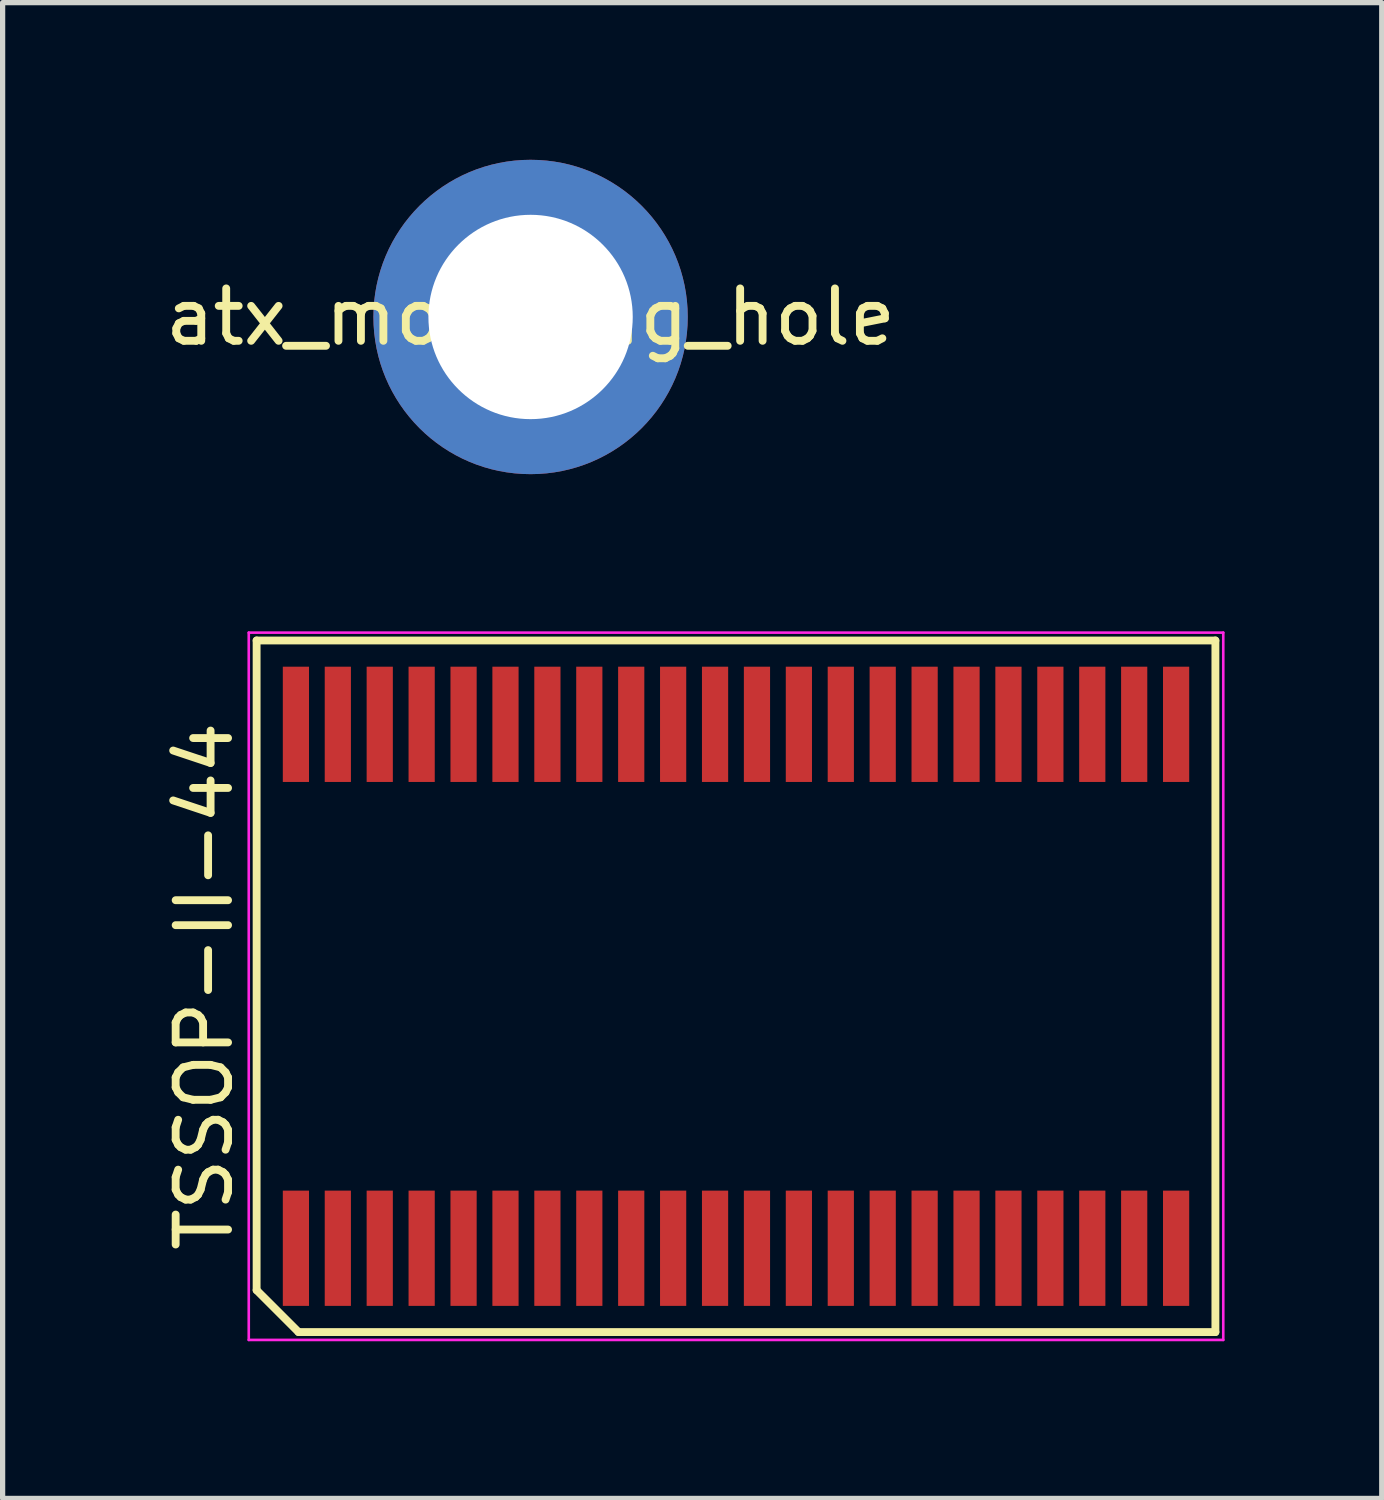
<source format=kicad_pcb>
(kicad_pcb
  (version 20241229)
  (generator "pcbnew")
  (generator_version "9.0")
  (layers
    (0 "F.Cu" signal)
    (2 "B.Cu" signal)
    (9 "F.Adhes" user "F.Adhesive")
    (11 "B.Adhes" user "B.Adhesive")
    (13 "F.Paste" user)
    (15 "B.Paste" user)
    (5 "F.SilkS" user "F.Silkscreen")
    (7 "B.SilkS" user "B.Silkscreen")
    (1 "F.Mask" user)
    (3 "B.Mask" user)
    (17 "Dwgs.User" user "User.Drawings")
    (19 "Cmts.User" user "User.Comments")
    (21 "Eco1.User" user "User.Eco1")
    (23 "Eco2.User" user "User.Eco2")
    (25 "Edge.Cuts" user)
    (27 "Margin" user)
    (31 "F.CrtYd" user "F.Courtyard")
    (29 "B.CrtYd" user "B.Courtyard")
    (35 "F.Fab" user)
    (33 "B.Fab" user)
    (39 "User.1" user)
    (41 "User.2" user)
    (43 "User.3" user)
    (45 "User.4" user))
  (footprint "atx_mounting_hole"
    (layer "F.Cu")
    (at 7.077 3)
    (property "Reference" "atx_mounting_hole" (at 0 0 0) (layer "F.SilkS") (effects (font (size 1 1) (thickness 0.15))))
    (attr through_hole)
    (pad "1" thru_hole circle (at 0 0) (size 6 6) (drill 3.9) (layers "*.Cu" "*.Mask")))
  (footprint "TSSOP-II-44"
    (layer "F.Cu")
    (at 10.998 15.775)
    (property "Reference" "TSSOP-II-44" (at -10.15 0 90) (layer "F.SilkS") (effects (font (size 1 1) (thickness 0.15))))
    (attr smd)
    (fp_line (start -9.15 -6.6) (end 9.15 -6.6) (stroke (width 0.15) (type solid)) (layer "F.SilkS"))
    (fp_line (start -9.15 5.8) (end -9.15 -6.6) (stroke (width 0.15) (type solid)) (layer "F.SilkS"))
    (fp_line (start -8.35 6.6) (end -9.15 5.8) (stroke (width 0.15) (type solid)) (layer "F.SilkS"))
    (fp_line (start 9.15 -6.6) (end 9.15 6.6) (stroke (width 0.15) (type solid)) (layer "F.SilkS"))
    (fp_line (start 9.15 6.6) (end -8.35 6.6) (stroke (width 0.15) (type solid)) (layer "F.SilkS"))
    (fp_line (start -9.3 -6.75) (end 9.3 -6.75) (stroke (width 0.05) (type solid)) (layer "F.CrtYd"))
    (fp_line (start -9.3 6.75) (end -9.3 -6.75) (stroke (width 0.05) (type solid)) (layer "F.CrtYd"))
    (fp_line (start 9.3 -6.75) (end 9.3 6.75) (stroke (width 0.05) (type solid)) (layer "F.CrtYd"))
    (fp_line (start 9.3 6.75) (end -9.3 6.75) (stroke (width 0.05) (type solid)) (layer "F.CrtYd"))
    (pad "1" smd rect (at -8.4 5) (size 0.5 2.2) (layers "F.Cu" "F.Mask" "F.Paste"))
    (pad "2" smd rect (at -7.6 5) (size 0.5 2.2) (layers "F.Cu" "F.Mask" "F.Paste"))
    (pad "3" smd rect (at -6.8 5) (size 0.5 2.2) (layers "F.Cu" "F.Mask" "F.Paste"))
    (pad "4" smd rect (at -6 5) (size 0.5 2.2) (layers "F.Cu" "F.Mask" "F.Paste"))
    (pad "5" smd rect (at -5.2 5) (size 0.5 2.2) (layers "F.Cu" "F.Mask" "F.Paste"))
    (pad "6" smd rect (at -4.4 5) (size 0.5 2.2) (layers "F.Cu" "F.Mask" "F.Paste"))
    (pad "7" smd rect (at -3.6 5) (size 0.5 2.2) (layers "F.Cu" "F.Mask" "F.Paste"))
    (pad "8" smd rect (at -2.8 5) (size 0.5 2.2) (layers "F.Cu" "F.Mask" "F.Paste"))
    (pad "9" smd rect (at -2 5) (size 0.5 2.2) (layers "F.Cu" "F.Mask" "F.Paste"))
    (pad "10" smd rect (at -1.2 5) (size 0.5 2.2) (layers "F.Cu" "F.Mask" "F.Paste"))
    (pad "11" smd rect (at -0.4 5) (size 0.5 2.2) (layers "F.Cu" "F.Mask" "F.Paste"))
    (pad "12" smd rect (at 0.4 5) (size 0.5 2.2) (layers "F.Cu" "F.Mask" "F.Paste"))
    (pad "13" smd rect (at 1.2 5) (size 0.5 2.2) (layers "F.Cu" "F.Mask" "F.Paste"))
    (pad "14" smd rect (at 2 5) (size 0.5 2.2) (layers "F.Cu" "F.Mask" "F.Paste"))
    (pad "15" smd rect (at 2.8 5) (size 0.5 2.2) (layers "F.Cu" "F.Mask" "F.Paste"))
    (pad "16" smd rect (at 3.6 5) (size 0.5 2.2) (layers "F.Cu" "F.Mask" "F.Paste"))
    (pad "17" smd rect (at 4.4 5) (size 0.5 2.2) (layers "F.Cu" "F.Mask" "F.Paste"))
    (pad "18" smd rect (at 5.2 5) (size 0.5 2.2) (layers "F.Cu" "F.Mask" "F.Paste"))
    (pad "19" smd rect (at 6 5) (size 0.5 2.2) (layers "F.Cu" "F.Mask" "F.Paste"))
    (pad "20" smd rect (at 6.8 5) (size 0.5 2.2) (layers "F.Cu" "F.Mask" "F.Paste"))
    (pad "21" smd rect (at 7.6 5) (size 0.5 2.2) (layers "F.Cu" "F.Mask" "F.Paste"))
    (pad "22" smd rect (at 8.4 5) (size 0.5 2.2) (layers "F.Cu" "F.Mask" "F.Paste"))
    (pad "23" smd rect (at 8.4 -5) (size 0.5 2.2) (layers "F.Cu" "F.Mask" "F.Paste"))
    (pad "24" smd rect (at 7.6 -5) (size 0.5 2.2) (layers "F.Cu" "F.Mask" "F.Paste"))
    (pad "25" smd rect (at 6.8 -5) (size 0.5 2.2) (layers "F.Cu" "F.Mask" "F.Paste"))
    (pad "26" smd rect (at 6 -5) (size 0.5 2.2) (layers "F.Cu" "F.Mask" "F.Paste"))
    (pad "27" smd rect (at 5.2 -5) (size 0.5 2.2) (layers "F.Cu" "F.Mask" "F.Paste"))
    (pad "28" smd rect (at 4.4 -5) (size 0.5 2.2) (layers "F.Cu" "F.Mask" "F.Paste"))
    (pad "29" smd rect (at 3.6 -5) (size 0.5 2.2) (layers "F.Cu" "F.Mask" "F.Paste"))
    (pad "30" smd rect (at 2.8 -5) (size 0.5 2.2) (layers "F.Cu" "F.Mask" "F.Paste"))
    (pad "31" smd rect (at 2 -5) (size 0.5 2.2) (layers "F.Cu" "F.Mask" "F.Paste"))
    (pad "32" smd rect (at 1.2 -5) (size 0.5 2.2) (layers "F.Cu" "F.Mask" "F.Paste"))
    (pad "33" smd rect (at 0.4 -5) (size 0.5 2.2) (layers "F.Cu" "F.Mask" "F.Paste"))
    (pad "34" smd rect (at -0.4 -5) (size 0.5 2.2) (layers "F.Cu" "F.Mask" "F.Paste"))
    (pad "35" smd rect (at -1.2 -5) (size 0.5 2.2) (layers "F.Cu" "F.Mask" "F.Paste"))
    (pad "36" smd rect (at -2 -5) (size 0.5 2.2) (layers "F.Cu" "F.Mask" "F.Paste"))
    (pad "37" smd rect (at -2.8 -5) (size 0.5 2.2) (layers "F.Cu" "F.Mask" "F.Paste"))
    (pad "38" smd rect (at -3.6 -5) (size 0.5 2.2) (layers "F.Cu" "F.Mask" "F.Paste"))
    (pad "39" smd rect (at -4.4 -5) (size 0.5 2.2) (layers "F.Cu" "F.Mask" "F.Paste"))
    (pad "40" smd rect (at -5.2 -5) (size 0.5 2.2) (layers "F.Cu" "F.Mask" "F.Paste"))
    (pad "41" smd rect (at -6 -5) (size 0.5 2.2) (layers "F.Cu" "F.Mask" "F.Paste"))
    (pad "42" smd rect (at -6.8 -5) (size 0.5 2.2) (layers "F.Cu" "F.Mask" "F.Paste"))
    (pad "43" smd rect (at -7.6 -5) (size 0.5 2.2) (layers "F.Cu" "F.Mask" "F.Paste"))
    (pad "44" smd rect (at -8.4 -5) (size 0.5 2.2) (layers "F.Cu" "F.Mask" "F.Paste")))
  (gr_rect
    (start -3 -3)
    (end 23.323 25.55)
    (stroke (width 0.1) (type default))
    (fill no)
    (layer "Edge.Cuts")))
</source>
